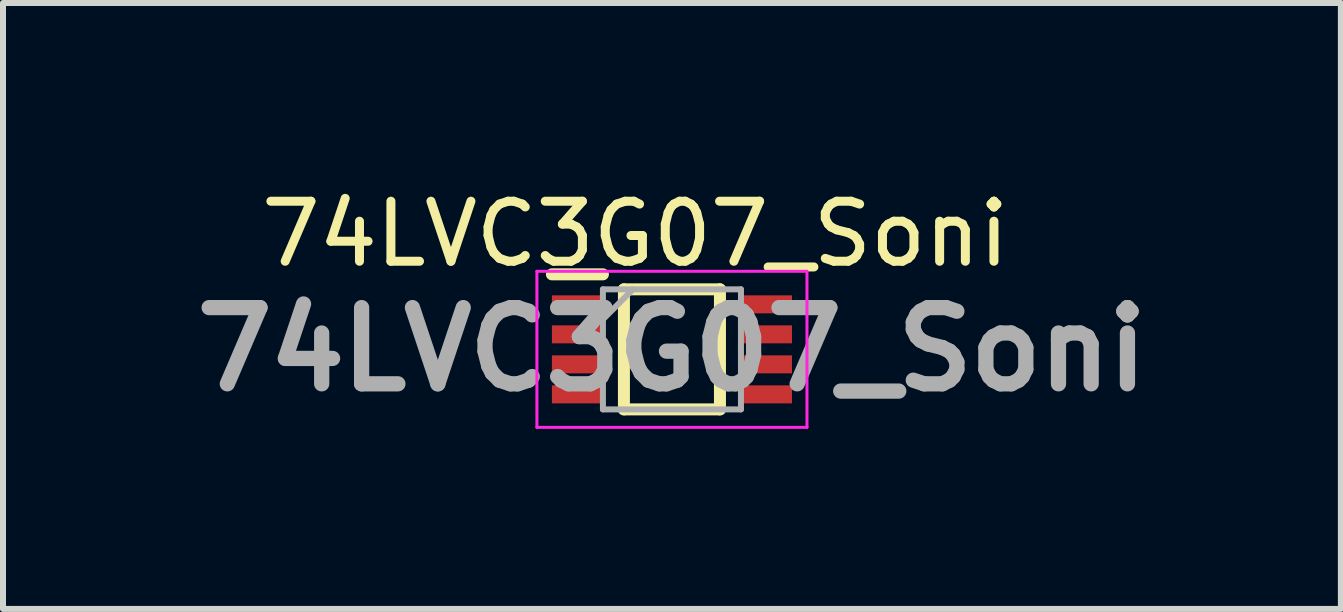
<source format=kicad_pcb>
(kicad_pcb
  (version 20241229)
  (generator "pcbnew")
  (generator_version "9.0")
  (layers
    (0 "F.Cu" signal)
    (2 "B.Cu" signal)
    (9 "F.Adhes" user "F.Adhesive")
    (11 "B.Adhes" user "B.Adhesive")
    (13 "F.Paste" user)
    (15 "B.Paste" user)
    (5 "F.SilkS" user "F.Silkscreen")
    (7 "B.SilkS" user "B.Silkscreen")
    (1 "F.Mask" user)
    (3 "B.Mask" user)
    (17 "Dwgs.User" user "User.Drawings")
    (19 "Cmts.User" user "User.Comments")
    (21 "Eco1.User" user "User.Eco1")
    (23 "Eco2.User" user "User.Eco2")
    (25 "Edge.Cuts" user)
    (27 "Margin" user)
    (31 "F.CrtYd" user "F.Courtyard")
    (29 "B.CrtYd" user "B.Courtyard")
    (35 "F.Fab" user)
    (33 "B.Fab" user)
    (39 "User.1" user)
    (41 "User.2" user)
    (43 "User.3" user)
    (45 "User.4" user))
  (footprint "74LVC3G07_Soni"
    (layer "F.Cu")
    (at 8.146 2.771)
    (property "Reference" "74LVC3G07_Soni" (at -0.611 -1.923 180) (layer "F.SilkS") (effects (font (size 1 1) (thickness 0.15))))
    (attr smd)
    (fp_line (start -2 -1.25) (end -1.15 -1.25) (stroke (width 0.2) (type solid)) (layer "F.SilkS"))
    (fp_line (start -0.8 -1) (end 0.8 -1) (stroke (width 0.2) (type solid)) (layer "F.SilkS"))
    (fp_line (start -0.8 1) (end -0.8 -1) (stroke (width 0.2) (type solid)) (layer "F.SilkS"))
    (fp_line (start 0.8 -1) (end 0.8 1) (stroke (width 0.2) (type solid)) (layer "F.SilkS"))
    (fp_line (start 0.8 1) (end -0.8 1) (stroke (width 0.2) (type solid)) (layer "F.SilkS"))
    (fp_line (start -2.25 -1.3) (end 2.25 -1.3) (stroke (width 0.05) (type solid)) (layer "F.CrtYd"))
    (fp_line (start -2.25 1.3) (end -2.25 -1.3) (stroke (width 0.05) (type solid)) (layer "F.CrtYd"))
    (fp_line (start 2.25 -1.3) (end 2.25 1.3) (stroke (width 0.05) (type solid)) (layer "F.CrtYd"))
    (fp_line (start 2.25 1.3) (end -2.25 1.3) (stroke (width 0.05) (type solid)) (layer "F.CrtYd"))
    (fp_line (start -1.15 -1) (end 1.15 -1) (stroke (width 0.1) (type solid)) (layer "F.Fab"))
    (fp_line (start -1.15 -0.5) (end -0.65 -1) (stroke (width 0.1) (type solid)) (layer "F.Fab"))
    (fp_line (start -1.15 1) (end -1.15 -1) (stroke (width 0.1) (type solid)) (layer "F.Fab"))
    (fp_line (start 1.15 -1) (end 1.15 1) (stroke (width 0.1) (type solid)) (layer "F.Fab"))
    (fp_line (start 1.15 1) (end -1.15 1) (stroke (width 0.1) (type solid)) (layer "F.Fab"))
    (fp_text user "${REFERENCE}" (at 0 0 0) (layer "F.Fab") (effects (font (size 1.27 1.27) (thickness 0.254))))
    (pad "1" smd rect (at -1.575 -0.75 90) (size 0.3 0.85) (layers "F.Cu" "F.Mask" "F.Paste"))
    (pad "2" smd rect (at -1.575 -0.25 90) (size 0.3 0.85) (layers "F.Cu" "F.Mask" "F.Paste"))
    (pad "3" smd rect (at -1.575 0.25 90) (size 0.3 0.85) (layers "F.Cu" "F.Mask" "F.Paste"))
    (pad "4" smd rect (at -1.575 0.75 90) (size 0.3 0.85) (layers "F.Cu" "F.Mask" "F.Paste"))
    (pad "5" smd rect (at 1.575 0.75 90) (size 0.3 0.85) (layers "F.Cu" "F.Mask" "F.Paste"))
    (pad "6" smd rect (at 1.575 0.25 90) (size 0.3 0.85) (layers "F.Cu" "F.Mask" "F.Paste"))
    (pad "7" smd rect (at 1.575 -0.25 90) (size 0.3 0.85) (layers "F.Cu" "F.Mask" "F.Paste"))
    (pad "8" smd rect (at 1.575 -0.75 90) (size 0.3 0.85) (layers "F.Cu" "F.Mask" "F.Paste")))
  (gr_rect
    (start -3 -3)
    (end 19.292 7.096)
    (stroke (width 0.1) (type default))
    (fill no)
    (layer "Edge.Cuts")))
</source>
